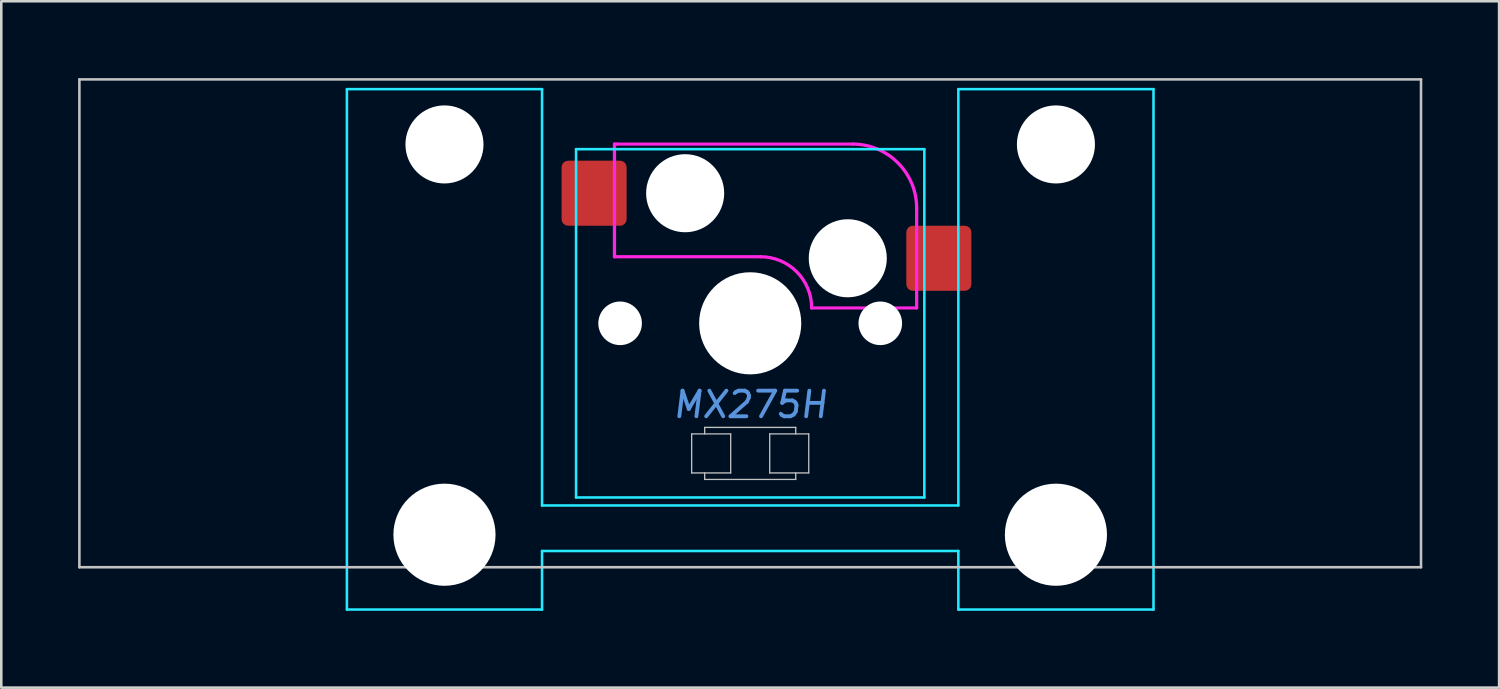
<source format=kicad_pcb>
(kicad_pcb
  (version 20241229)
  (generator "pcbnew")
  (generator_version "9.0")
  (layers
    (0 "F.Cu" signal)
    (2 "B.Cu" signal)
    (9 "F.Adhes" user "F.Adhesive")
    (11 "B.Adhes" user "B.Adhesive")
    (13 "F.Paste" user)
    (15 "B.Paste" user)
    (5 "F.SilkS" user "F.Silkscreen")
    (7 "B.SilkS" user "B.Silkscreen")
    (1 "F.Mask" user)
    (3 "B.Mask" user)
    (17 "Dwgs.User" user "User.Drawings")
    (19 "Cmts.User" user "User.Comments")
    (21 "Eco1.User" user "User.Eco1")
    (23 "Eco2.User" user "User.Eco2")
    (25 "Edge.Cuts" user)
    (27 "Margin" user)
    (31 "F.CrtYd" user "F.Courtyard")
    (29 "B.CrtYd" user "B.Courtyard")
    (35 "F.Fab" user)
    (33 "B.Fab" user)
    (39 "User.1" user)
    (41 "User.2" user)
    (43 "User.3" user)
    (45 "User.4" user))
  (footprint "MX275H"
    (layer "F.Cu")
    (at 26.244 9.575)
    (property "Reference" "MX275H" (at 0 3.175 0) (layer "Cmts.User") (effects (font (size 1 1) (thickness 0.15) (italic yes))))
    (attr smd)
    (fp_line (start -26.194 -9.525) (end -26.194 9.525) (stroke (width 0.1) (type solid)) (layer "Dwgs.User"))
    (fp_line (start -26.194 -9.525) (end 26.194 -9.525) (stroke (width 0.1) (type solid)) (layer "Dwgs.User"))
    (fp_line (start -26.194 9.525) (end 26.194 9.525) (stroke (width 0.1) (type solid)) (layer "Dwgs.User"))
    (fp_line (start -2.286 4.318) (end -0.762 4.318) (stroke (width 0.051) (type solid)) (layer "Dwgs.User"))
    (fp_line (start -2.286 5.842) (end -2.286 4.318) (stroke (width 0.051) (type solid)) (layer "Dwgs.User"))
    (fp_line (start -1.778 4.064) (end 1.778 4.064) (stroke (width 0.051) (type solid)) (layer "Dwgs.User"))
    (fp_line (start -1.778 4.318) (end -1.778 4.064) (stroke (width 0.051) (type solid)) (layer "Dwgs.User"))
    (fp_line (start -1.778 6.096) (end -1.778 5.842) (stroke (width 0.051) (type solid)) (layer "Dwgs.User"))
    (fp_line (start -0.762 4.318) (end -0.762 5.842) (stroke (width 0.051) (type solid)) (layer "Dwgs.User"))
    (fp_line (start -0.762 5.842) (end -2.286 5.842) (stroke (width 0.051) (type solid)) (layer "Dwgs.User"))
    (fp_line (start 0.762 4.318) (end 2.286 4.318) (stroke (width 0.051) (type solid)) (layer "Dwgs.User"))
    (fp_line (start 0.762 5.842) (end 0.762 4.318) (stroke (width 0.051) (type solid)) (layer "Dwgs.User"))
    (fp_line (start 1.778 4.064) (end 1.778 4.318) (stroke (width 0.051) (type solid)) (layer "Dwgs.User"))
    (fp_line (start 1.778 5.842) (end 1.778 6.096) (stroke (width 0.051) (type solid)) (layer "Dwgs.User"))
    (fp_line (start 1.778 6.096) (end -1.778 6.096) (stroke (width 0.051) (type solid)) (layer "Dwgs.User"))
    (fp_line (start 2.286 4.318) (end 2.286 5.842) (stroke (width 0.051) (type solid)) (layer "Dwgs.User"))
    (fp_line (start 2.286 5.842) (end 0.762 5.842) (stroke (width 0.051) (type solid)) (layer "Dwgs.User"))
    (fp_line (start 26.194 -9.525) (end 26.194 9.525) (stroke (width 0.1) (type solid)) (layer "Dwgs.User"))
    (fp_line (start -15.438 -5.485) (end -15.438 8.515) (stroke (width 0.1) (type solid)) (layer "Eco1.User"))
    (fp_line (start -14.938 -5.985) (end -8.938 -5.985) (stroke (width 0.1) (type solid)) (layer "Eco1.User"))
    (fp_line (start -8.938 9.015) (end -14.938 9.015) (stroke (width 0.1) (type solid)) (layer "Eco1.User"))
    (fp_line (start -8.438 8.515) (end -8.438 -5.485) (stroke (width 0.1) (type solid)) (layer "Eco1.User"))
    (fp_line (start -7 -6.5) (end -7 6.5) (stroke (width 0.1) (type solid)) (layer "Eco1.User"))
    (fp_line (start -6.5 7) (end 6.5 7) (stroke (width 0.1) (type solid)) (layer "Eco1.User"))
    (fp_line (start 6.5 -7) (end -6.5 -7) (stroke (width 0.1) (type solid)) (layer "Eco1.User"))
    (fp_line (start 7 6.5) (end 7 -6.5) (stroke (width 0.1) (type solid)) (layer "Eco1.User"))
    (fp_line (start 8.438 -5.485) (end 8.438 8.515) (stroke (width 0.1) (type solid)) (layer "Eco1.User"))
    (fp_line (start 8.938 -5.985) (end 14.938 -5.985) (stroke (width 0.1) (type solid)) (layer "Eco1.User"))
    (fp_line (start 14.938 9.015) (end 8.938 9.015) (stroke (width 0.1) (type solid)) (layer "Eco1.User"))
    (fp_line (start 15.438 8.515) (end 15.438 -5.485) (stroke (width 0.1) (type solid)) (layer "Eco1.User"))
    (fp_arc (start -15.438 -5.485) (mid -15.291553 -5.838553) (end -14.938 -5.985) (stroke (width 0.1) (type solid)) (layer "Eco1.User"))
    (fp_arc (start -14.938 9.015) (mid -15.291553 8.868553) (end -15.438 8.515) (stroke (width 0.1) (type solid)) (layer "Eco1.User"))
    (fp_arc (start -8.938 -5.985) (mid -8.584447 -5.838553) (end -8.438 -5.485) (stroke (width 0.1) (type solid)) (layer "Eco1.User"))
    (fp_arc (start -8.438 8.515) (mid -8.584447 8.868553) (end -8.938 9.015) (stroke (width 0.1) (type solid)) (layer "Eco1.User"))
    (fp_arc (start -7 -6.5) (mid -6.853553 -6.853553) (end -6.5 -7) (stroke (width 0.1) (type solid)) (layer "Eco1.User"))
    (fp_arc (start -6.5 7) (mid -6.853553 6.853553) (end -7 6.5) (stroke (width 0.1) (type solid)) (layer "Eco1.User"))
    (fp_arc (start 6.5 -7) (mid 6.853553 -6.853553) (end 7 -6.5) (stroke (width 0.1) (type solid)) (layer "Eco1.User"))
    (fp_arc (start 7 6.5) (mid 6.853553 6.853553) (end 6.5 7) (stroke (width 0.1) (type solid)) (layer "Eco1.User"))
    (fp_arc (start 8.438 -5.485) (mid 8.584447 -5.838553) (end 8.938 -5.985) (stroke (width 0.1) (type solid)) (layer "Eco1.User"))
    (fp_arc (start 8.938 9.015) (mid 8.584447 8.868553) (end 8.438 8.515) (stroke (width 0.1) (type solid)) (layer "Eco1.User"))
    (fp_arc (start 14.938 -5.985) (mid 15.291553 -5.838553) (end 15.438 -5.485) (stroke (width 0.1) (type solid)) (layer "Eco1.User"))
    (fp_arc (start 15.438 8.515) (mid 15.291553 8.868553) (end 14.938 9.015) (stroke (width 0.1) (type solid)) (layer "Eco1.User"))
    (fp_line (start -15.748 -9.144) (end -15.748 11.176) (stroke (width 0.1) (type solid)) (layer "B.CrtYd"))
    (fp_line (start -15.748 11.176) (end -8.128 11.176) (stroke (width 0.1) (type solid)) (layer "B.CrtYd"))
    (fp_line (start -8.128 -9.144) (end -15.748 -9.144) (stroke (width 0.1) (type solid)) (layer "B.CrtYd"))
    (fp_line (start -8.128 7.112) (end -8.128 -9.144) (stroke (width 0.1) (type solid)) (layer "B.CrtYd"))
    (fp_line (start -8.128 7.112) (end 8.128 7.112) (stroke (width 0.1) (type solid)) (layer "B.CrtYd"))
    (fp_line (start -8.128 8.89) (end -8.128 11.176) (stroke (width 0.1) (type solid)) (layer "B.CrtYd"))
    (fp_line (start -8.128 8.89) (end 8.128 8.89) (stroke (width 0.1) (type solid)) (layer "B.CrtYd"))
    (fp_line (start -6.8 -6.8) (end -6.8 6.8) (stroke (width 0.1) (type solid)) (layer "B.CrtYd"))
    (fp_line (start 6.8 -6.8) (end -6.8 -6.8) (stroke (width 0.1) (type solid)) (layer "B.CrtYd"))
    (fp_line (start 6.8 -6.8) (end 6.8 6.8) (stroke (width 0.1) (type solid)) (layer "B.CrtYd"))
    (fp_line (start 6.8 6.8) (end -6.8 6.8) (stroke (width 0.1) (type solid)) (layer "B.CrtYd"))
    (fp_line (start 8.128 -9.144) (end 15.748 -9.144) (stroke (width 0.1) (type solid)) (layer "B.CrtYd"))
    (fp_line (start 8.128 7.112) (end 8.128 -9.142) (stroke (width 0.1) (type solid)) (layer "B.CrtYd"))
    (fp_line (start 8.128 8.89) (end 8.128 11.176) (stroke (width 0.1) (type solid)) (layer "B.CrtYd"))
    (fp_line (start 15.748 11.176) (end 8.128 11.176) (stroke (width 0.1) (type solid)) (layer "B.CrtYd"))
    (fp_line (start 15.748 11.176) (end 15.748 -9.144) (stroke (width 0.1) (type solid)) (layer "B.CrtYd"))
    (fp_line (start -5.3 -7) (end -5.3 -2.6) (stroke (width 0.127) (type solid)) (layer "F.CrtYd"))
    (fp_line (start -5.2 -7) (end -5.3 -7) (stroke (width 0.12) (type solid)) (layer "F.CrtYd"))
    (fp_line (start 0.4 -2.6) (end -5.3 -2.6) (stroke (width 0.127) (type solid)) (layer "F.CrtYd"))
    (fp_line (start 4 -7) (end -5.2 -7) (stroke (width 0.12) (type solid)) (layer "F.CrtYd"))
    (fp_line (start 6.5 -4.5) (end 6.5 -0.6) (stroke (width 0.127) (type solid)) (layer "F.CrtYd"))
    (fp_line (start 6.5 -0.6) (end 2.4 -0.6) (stroke (width 0.12) (type solid)) (layer "F.CrtYd"))
    (fp_arc (start 0.4 -2.6) (mid 1.814214 -2.014214) (end 2.4 -0.6) (stroke (width 0.127) (type solid)) (layer "F.CrtYd"))
    (fp_arc (start 4 -7) (mid 5.767767 -6.267767) (end 6.5 -4.5) (stroke (width 0.127) (type solid)) (layer "F.CrtYd"))
    (pad "" np_thru_hole circle (at -11.938 -6.985) (size 3.048 3.048) (drill 3.048) (layers "*.Cu" "*.Mask"))
    (pad "" np_thru_hole circle (at -11.938 8.255) (size 3.988 3.988) (drill 3.988) (layers "*.Cu" "*.Mask"))
    (pad "" np_thru_hole circle (at -5.08 0) (size 1.702 1.702) (drill 1.702) (layers "*.Cu" "*.Mask"))
    (pad "" np_thru_hole circle (at -2.54 -5.08) (size 3.048 3.048) (drill 3.048) (layers "*.Cu" "*.Mask"))
    (pad "" np_thru_hole circle (at 0 0) (size 3.988 3.988) (drill 3.988) (layers "*.Cu" "*.Mask"))
    (pad "" np_thru_hole circle (at 3.81 -2.54) (size 3.048 3.048) (drill 3.048) (layers "*.Cu" "*.Mask"))
    (pad "" np_thru_hole circle (at 5.08 0) (size 1.702 1.702) (drill 1.702) (layers "*.Cu" "*.Mask"))
    (pad "" np_thru_hole circle (at 11.938 -6.985) (size 3.048 3.048) (drill 3.048) (layers "*.Cu" "*.Mask"))
    (pad "" np_thru_hole circle (at 11.938 8.255) (size 3.988 3.988) (drill 3.988) (layers "*.Cu" "*.Mask"))
    (pad "1" smd roundrect (at -6.096 -5.08) (size 2.54 2.54) (layers "F.Cu" "F.Mask") (roundrect_rratio 0.1))
    (pad "2" smd roundrect (at 7.366 -2.54) (size 2.54 2.54) (layers "F.Cu" "F.Mask") (roundrect_rratio 0.1)))
  (gr_rect
    (start -3 -3)
    (end 55.487 23.801)
    (stroke (width 0.1) (type default))
    (fill no)
    (layer "Edge.Cuts")))
</source>
